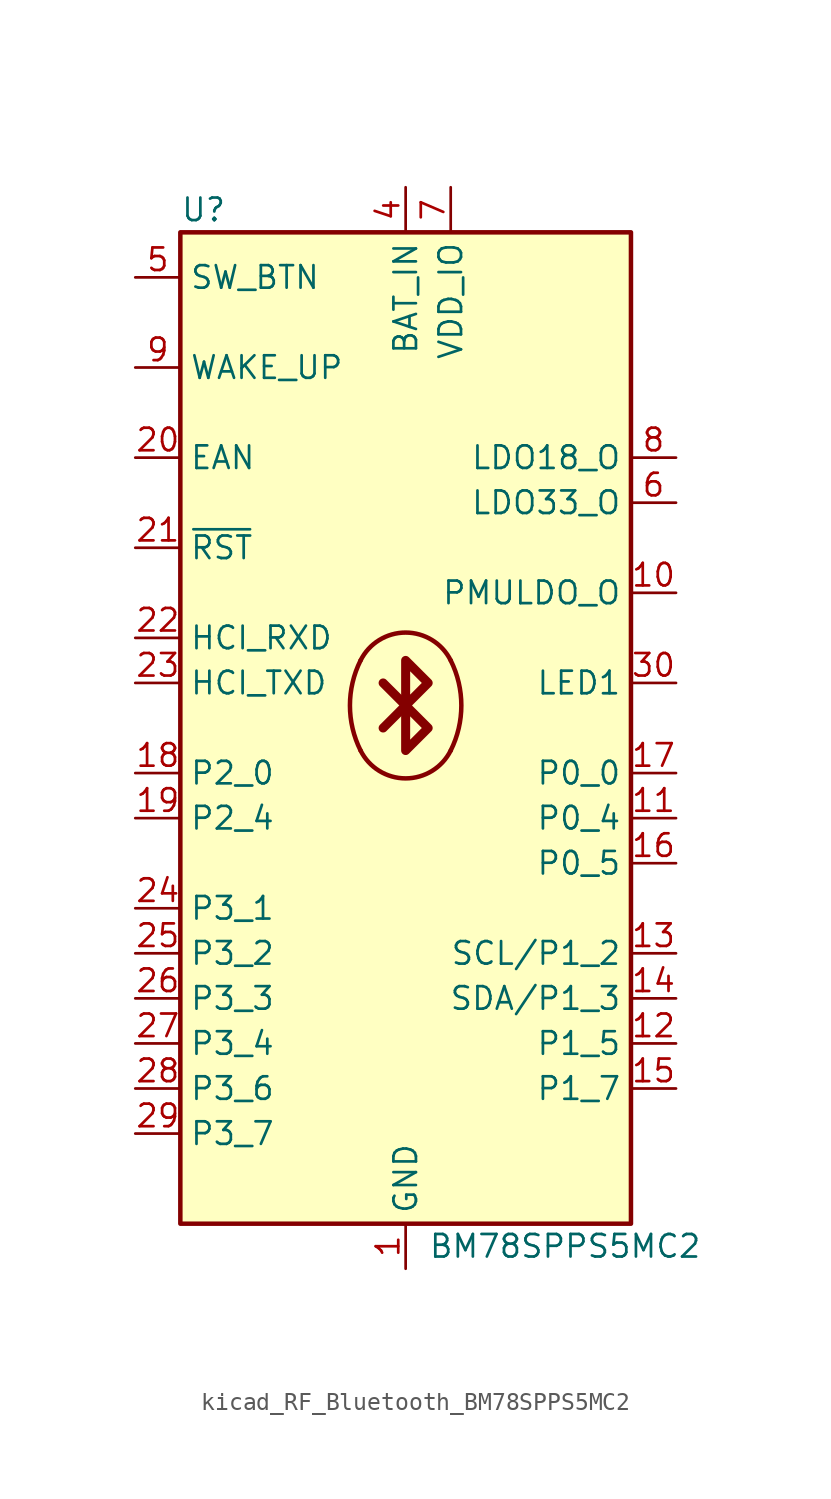
<source format=kicad_sym>
(kicad_symbol_lib
  (version 20220914)
  (generator kicad_symbol_editor)
  (symbol "kicad_RF_Bluetooth_BM78SPPS5MC2"
    (property "Reference" "U"
      (at -12.7 29.21 0)
      (effects (font (size 1.27 1.27)) (justify left)))
    (property "Value" "BM78SPPS5MC2"
      (at 1.27 -29.21 0)
      (effects (font (size 1.27 1.27)) (justify left)))
    (symbol "kicad_RF_Bluetooth_BM78SPPS5MC2_0_1"
      (rectangle (start -12.7 27.94) (end 12.7 -27.94) (stroke (width 0.254) (type default)) (fill (type background)))
      (arc (start -2.54 -1.27) (mid 0 -2.8398) (end 2.54 -1.27) (stroke (width 0.254) (type default)) (fill (type background)))
      (arc (start -2.54 3.81) (mid -3.1396 1.27) (end -2.54 -1.27) (stroke (width 0.254) (type default)) (fill (type background)))
      (polyline (pts (xy 0 1.27) (xy -1.27 0)) (stroke (width 0.508) (type default)) (fill (type none)))
      (polyline (pts (xy 0 1.27) (xy -1.27 2.54)) (stroke (width 0.508) (type default)) (fill (type none)))
      (polyline (pts (xy 0 3.81) (xy 1.27 2.54) (xy 0 1.27) (xy 1.27 0) (xy 0 -1.27) (xy 0 3.81)) (stroke (width 0.508) (type default)) (fill (type none)))
      (arc (start 2.54 -1.27) (mid 3.1396 1.27) (end 2.54 3.81) (stroke (width 0.254) (type default)) (fill (type background)))
      (arc (start 2.54 3.81) (mid 0 5.3798) (end -2.54 3.81) (stroke (width 0.254) (type default)) (fill (type background))))
    (symbol "kicad_RF_Bluetooth_BM78SPPS5MC2_1_1"
      (pin power_in line (at 0 -30.48 90) (length 2.54) (name "GND" (effects (font (size 1.27 1.27)))) (number "1" (effects (font (size 1.27 1.27)))))
      (pin passive line (at 15.24 7.62 180) (length 2.54) (name "PMULDO_O" (effects (font (size 1.27 1.27)))) (number "10" (effects (font (size 1.27 1.27)))))
      (pin output line (at 15.24 -5.08 180) (length 2.54) (name "P0_4" (effects (font (size 1.27 1.27)))) (number "11" (effects (font (size 1.27 1.27)))))
      (pin output line (at 15.24 -17.78 180) (length 2.54) (name "P1_5" (effects (font (size 1.27 1.27)))) (number "12" (effects (font (size 1.27 1.27)))))
      (pin output line (at 15.24 -12.7 180) (length 2.54) (name "SCL/P1_2" (effects (font (size 1.27 1.27)))) (number "13" (effects (font (size 1.27 1.27)))))
      (pin bidirectional line (at 15.24 -15.24 180) (length 2.54) (name "SDA/P1_3" (effects (font (size 1.27 1.27)))) (number "14" (effects (font (size 1.27 1.27)))))
      (pin bidirectional line (at 15.24 -20.32 180) (length 2.54) (name "P1_7" (effects (font (size 1.27 1.27)))) (number "15" (effects (font (size 1.27 1.27)))))
      (pin bidirectional line (at 15.24 -7.62 180) (length 2.54) (name "P0_5" (effects (font (size 1.27 1.27)))) (number "16" (effects (font (size 1.27 1.27)))))
      (pin bidirectional line (at 15.24 -2.54 180) (length 2.54) (name "P0_0" (effects (font (size 1.27 1.27)))) (number "17" (effects (font (size 1.27 1.27)))))
      (pin input line (at -15.24 -2.54 0) (length 2.54) (name "P2_0" (effects (font (size 1.27 1.27)))) (number "18" (effects (font (size 1.27 1.27)))))
      (pin input line (at -15.24 -5.08 0) (length 2.54) (name "P2_4" (effects (font (size 1.27 1.27)))) (number "19" (effects (font (size 1.27 1.27)))))
      (pin passive line (at 0 -30.48 90) (length 2.54) hide (name "GND" (effects (font (size 1.27 1.27)))) (number "2" (effects (font (size 1.27 1.27)))))
      (pin input line (at -15.24 15.24 0) (length 2.54) (name "EAN" (effects (font (size 1.27 1.27)))) (number "20" (effects (font (size 1.27 1.27)))))
      (pin input line (at -15.24 10.16 0) (length 2.54) (name "~{RST}" (effects (font (size 1.27 1.27)))) (number "21" (effects (font (size 1.27 1.27)))))
      (pin input line (at -15.24 5.08 0) (length 2.54) (name "HCI_RXD" (effects (font (size 1.27 1.27)))) (number "22" (effects (font (size 1.27 1.27)))))
      (pin output line (at -15.24 2.54 0) (length 2.54) (name "HCI_TXD" (effects (font (size 1.27 1.27)))) (number "23" (effects (font (size 1.27 1.27)))))
      (pin bidirectional line (at -15.24 -10.16 0) (length 2.54) (name "P3_1" (effects (font (size 1.27 1.27)))) (number "24" (effects (font (size 1.27 1.27)))))
      (pin bidirectional line (at -15.24 -12.7 0) (length 2.54) (name "P3_2" (effects (font (size 1.27 1.27)))) (number "25" (effects (font (size 1.27 1.27)))))
      (pin bidirectional line (at -15.24 -15.24 0) (length 2.54) (name "P3_3" (effects (font (size 1.27 1.27)))) (number "26" (effects (font (size 1.27 1.27)))))
      (pin bidirectional line (at -15.24 -17.78 0) (length 2.54) (name "P3_4" (effects (font (size 1.27 1.27)))) (number "27" (effects (font (size 1.27 1.27)))))
      (pin bidirectional line (at -15.24 -20.32 0) (length 2.54) (name "P3_6" (effects (font (size 1.27 1.27)))) (number "28" (effects (font (size 1.27 1.27)))))
      (pin bidirectional line (at -15.24 -22.86 0) (length 2.54) (name "P3_7" (effects (font (size 1.27 1.27)))) (number "29" (effects (font (size 1.27 1.27)))))
      (pin passive line (at 0 -30.48 90) (length 2.54) hide (name "GND" (effects (font (size 1.27 1.27)))) (number "3" (effects (font (size 1.27 1.27)))))
      (pin output line (at 15.24 2.54 180) (length 2.54) (name "LED1" (effects (font (size 1.27 1.27)))) (number "30" (effects (font (size 1.27 1.27)))))
      (pin passive line (at 0 -30.48 90) (length 2.54) hide (name "GND" (effects (font (size 1.27 1.27)))) (number "31" (effects (font (size 1.27 1.27)))))
      (pin passive line (at 0 -30.48 90) (length 2.54) hide (name "GND" (effects (font (size 1.27 1.27)))) (number "32" (effects (font (size 1.27 1.27)))))
      (pin passive line (at 0 -30.48 90) (length 2.54) hide (name "GND" (effects (font (size 1.27 1.27)))) (number "33" (effects (font (size 1.27 1.27)))))
      (pin power_in line (at 0 30.48 270) (length 2.54) (name "BAT_IN" (effects (font (size 1.27 1.27)))) (number "4" (effects (font (size 1.27 1.27)))))
      (pin input line (at -15.24 25.4 0) (length 2.54) (name "SW_BTN" (effects (font (size 1.27 1.27)))) (number "5" (effects (font (size 1.27 1.27)))))
      (pin power_out line (at 15.24 12.7 180) (length 2.54) (name "LDO33_O" (effects (font (size 1.27 1.27)))) (number "6" (effects (font (size 1.27 1.27)))))
      (pin power_in line (at 2.54 30.48 270) (length 2.54) (name "VDD_IO" (effects (font (size 1.27 1.27)))) (number "7" (effects (font (size 1.27 1.27)))))
      (pin power_out line (at 15.24 15.24 180) (length 2.54) (name "LDO18_O" (effects (font (size 1.27 1.27)))) (number "8" (effects (font (size 1.27 1.27)))))
      (pin input line (at -15.24 20.32 0) (length 2.54) (name "WAKE_UP" (effects (font (size 1.27 1.27)))) (number "9" (effects (font (size 1.27 1.27))))))))
</source>
